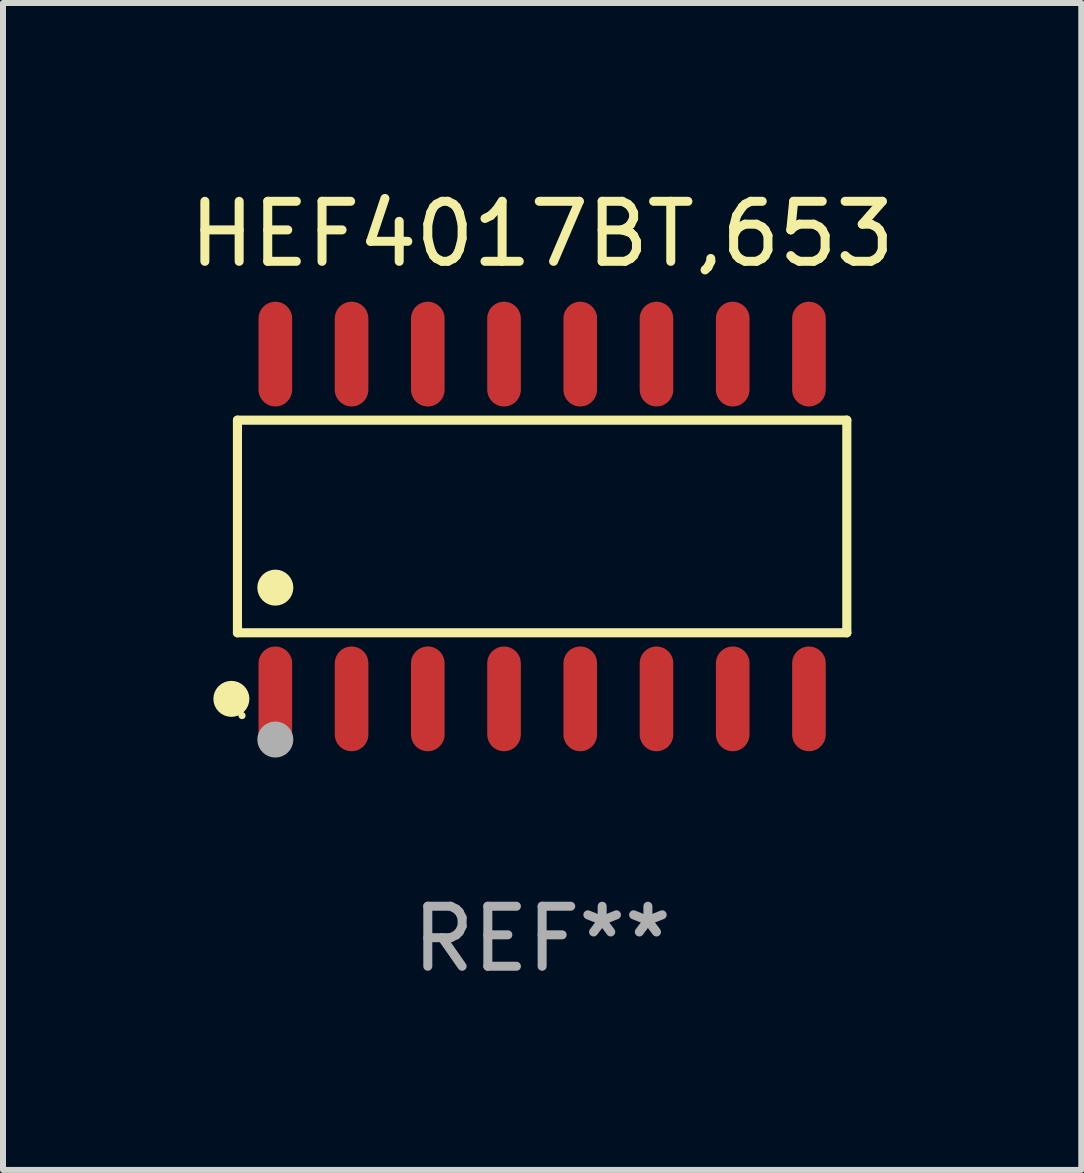
<source format=kicad_pcb>
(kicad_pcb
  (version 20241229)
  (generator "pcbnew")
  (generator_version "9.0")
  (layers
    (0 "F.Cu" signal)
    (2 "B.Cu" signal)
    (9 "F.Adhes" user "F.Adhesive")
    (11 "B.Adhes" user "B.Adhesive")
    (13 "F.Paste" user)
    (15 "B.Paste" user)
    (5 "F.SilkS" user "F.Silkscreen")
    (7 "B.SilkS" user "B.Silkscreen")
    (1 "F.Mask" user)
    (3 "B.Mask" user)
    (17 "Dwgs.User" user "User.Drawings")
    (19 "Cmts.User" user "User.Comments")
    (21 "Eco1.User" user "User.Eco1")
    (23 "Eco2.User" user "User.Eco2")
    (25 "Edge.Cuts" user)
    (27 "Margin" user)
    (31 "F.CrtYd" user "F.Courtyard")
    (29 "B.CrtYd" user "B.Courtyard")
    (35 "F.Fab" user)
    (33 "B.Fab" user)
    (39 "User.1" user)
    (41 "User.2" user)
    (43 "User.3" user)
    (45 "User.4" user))
  (footprint "HEF4017BT,653"
    (layer "F.Cu")
    (at 5.982 5.721)
    (property "Reference" "HEF4017BT,653" (at 0 -4.872 0) (layer "F.SilkS") (effects (font (size 1 1) (thickness 0.15))))
    (attr through_hole)
    (fp_line (start -5.076 -1.771) (end 5.076 -1.771) (stroke (width 0.152) (type solid)) (layer "F.SilkS"))
    (fp_line (start -5.076 1.771) (end -5.076 -1.771) (stroke (width 0.152) (type solid)) (layer "F.SilkS"))
    (fp_line (start 5.076 -1.771) (end 5.076 1.771) (stroke (width 0.152) (type solid)) (layer "F.SilkS"))
    (fp_line (start 5.076 1.771) (end -5.076 1.771) (stroke (width 0.152) (type solid)) (layer "F.SilkS"))
    (fp_circle (center -5.177 2.872) (end -5.027 2.872) (stroke (width 0.3) (type solid)) (fill no) (layer "F.SilkS"))
    (fp_circle (center -5 3.15) (end -4.97 3.15) (stroke (width 0.06) (type solid)) (fill no) (layer "F.SilkS"))
    (fp_circle (center -4.445 1.019) (end -4.295 1.019) (stroke (width 0.3) (type solid)) (fill no) (layer "F.SilkS"))
    (fp_circle (center -4.445 3.55) (end -4.295 3.55) (stroke (width 0.3) (type solid)) (fill no) (layer "F.Fab"))
    (fp_text user "REF**" (at 0 6.872 0) (layer "F.Fab") (effects (font (size 1 1) (thickness 0.15))))
    (pad "1" smd oval (at -4.445 2.872) (size 0.56 1.745) (layers "F.Cu" "F.Mask" "F.Paste"))
    (pad "2" smd oval (at -3.175 2.872) (size 0.56 1.745) (layers "F.Cu" "F.Mask" "F.Paste"))
    (pad "3" smd oval (at -1.905 2.872) (size 0.56 1.745) (layers "F.Cu" "F.Mask" "F.Paste"))
    (pad "4" smd oval (at -0.635 2.872) (size 0.56 1.745) (layers "F.Cu" "F.Mask" "F.Paste"))
    (pad "5" smd oval (at 0.635 2.872) (size 0.56 1.745) (layers "F.Cu" "F.Mask" "F.Paste"))
    (pad "6" smd oval (at 1.905 2.872) (size 0.56 1.745) (layers "F.Cu" "F.Mask" "F.Paste"))
    (pad "7" smd oval (at 3.175 2.872) (size 0.56 1.745) (layers "F.Cu" "F.Mask" "F.Paste"))
    (pad "8" smd oval (at 4.445 2.872) (size 0.56 1.745) (layers "F.Cu" "F.Mask" "F.Paste"))
    (pad "9" smd oval (at 4.445 -2.872) (size 0.56 1.745) (layers "F.Cu" "F.Mask" "F.Paste"))
    (pad "10" smd oval (at 3.175 -2.872) (size 0.56 1.745) (layers "F.Cu" "F.Mask" "F.Paste"))
    (pad "11" smd oval (at 1.905 -2.872) (size 0.56 1.745) (layers "F.Cu" "F.Mask" "F.Paste"))
    (pad "12" smd oval (at 0.635 -2.872) (size 0.56 1.745) (layers "F.Cu" "F.Mask" "F.Paste"))
    (pad "13" smd oval (at -0.635 -2.872) (size 0.56 1.745) (layers "F.Cu" "F.Mask" "F.Paste"))
    (pad "14" smd oval (at -1.905 -2.872) (size 0.56 1.745) (layers "F.Cu" "F.Mask" "F.Paste"))
    (pad "15" smd oval (at -3.175 -2.872) (size 0.56 1.745) (layers "F.Cu" "F.Mask" "F.Paste"))
    (pad "16" smd oval (at -4.445 -2.872) (size 0.56 1.745) (layers "F.Cu" "F.Mask" "F.Paste")))
  (gr_rect
    (start -3 -3)
    (end 14.964 16.441)
    (stroke (width 0.1) (type default))
    (fill no)
    (layer "Edge.Cuts")))
</source>
